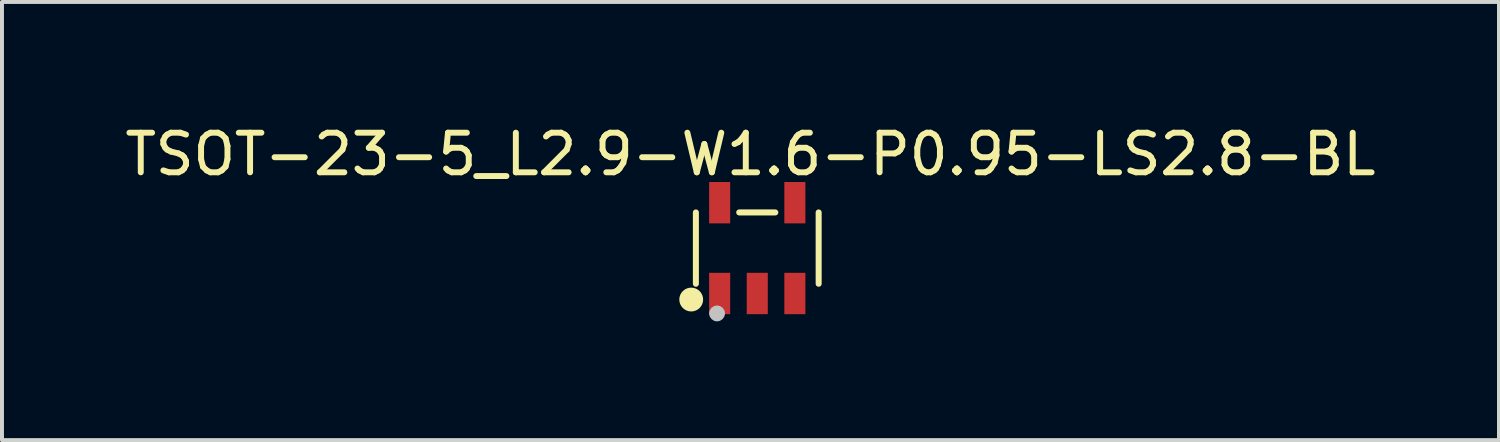
<source format=kicad_pcb>
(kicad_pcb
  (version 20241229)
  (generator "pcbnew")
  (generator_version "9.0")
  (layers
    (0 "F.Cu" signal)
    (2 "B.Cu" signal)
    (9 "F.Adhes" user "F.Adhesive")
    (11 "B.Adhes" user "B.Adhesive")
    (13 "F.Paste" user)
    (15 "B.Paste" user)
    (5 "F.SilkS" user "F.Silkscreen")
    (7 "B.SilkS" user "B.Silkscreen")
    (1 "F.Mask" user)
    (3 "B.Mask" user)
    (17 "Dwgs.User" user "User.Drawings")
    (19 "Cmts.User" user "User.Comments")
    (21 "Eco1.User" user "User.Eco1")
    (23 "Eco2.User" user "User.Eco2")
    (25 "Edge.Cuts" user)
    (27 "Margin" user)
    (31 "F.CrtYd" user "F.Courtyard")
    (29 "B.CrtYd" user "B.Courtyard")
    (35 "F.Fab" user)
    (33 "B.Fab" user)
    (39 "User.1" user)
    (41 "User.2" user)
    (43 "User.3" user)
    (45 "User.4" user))
  (footprint "TSOT-23-5_L2.9-W1.6-P0.95-LS2.8-BL"
    (layer "F.Cu")
    (at 16.082 3.218)
    (property "Reference" "TSOT-23-5_L2.9-W1.6-P0.95-LS2.8-BL" (at -0.171 -2.37 0) (layer "F.SilkS") (effects (font (size 1 1) (thickness 0.15))))
    (fp_line (start -1.551 0.901) (end -1.551 -0.901) (stroke (width 0.152) (type default)) (layer "F.SilkS"))
    (fp_line (start 0.456 -0.901) (end -0.456 -0.901) (stroke (width 0.152) (type default)) (layer "F.SilkS"))
    (fp_line (start 1.551 0.901) (end 1.551 -0.901) (stroke (width 0.152) (type default)) (layer "F.SilkS"))
    (fp_circle (center -1.669 1.3) (end -1.518 1.3) (stroke (width 0.3) (type default)) (fill no) (layer "F.SilkS"))
    (fp_circle (center -1.016 1.651) (end -0.916 1.651) (stroke (width 0.2) (type default)) (fill no) (layer "Dwgs.User"))
    (fp_poly (pts (xy -1.163 -0.96) (xy -0.738 -0.96) (xy -0.738 -0.815) (xy -1.163 -0.815)) (stroke (width 0.1) (type default)) (fill no) (layer "User.1"))
    (fp_poly (pts (xy -1.163 -0.95) (xy -0.738 -0.95) (xy -0.738 -1.4) (xy -1.163 -1.4)) (stroke (width 0.1) (type default)) (fill no) (layer "User.1"))
    (fp_poly (pts (xy -1.163 0.815) (xy -0.738 0.815) (xy -0.738 0.96) (xy -1.163 0.96)) (stroke (width 0.1) (type default)) (fill no) (layer "User.1"))
    (fp_poly (pts (xy -1.163 0.95) (xy -0.738 0.95) (xy -0.738 1.4) (xy -1.163 1.4)) (stroke (width 0.1) (type default)) (fill no) (layer "User.1"))
    (fp_poly (pts (xy -0.212 0.815) (xy 0.212 0.815) (xy 0.212 0.96) (xy -0.212 0.96)) (stroke (width 0.1) (type default)) (fill no) (layer "User.1"))
    (fp_poly (pts (xy -0.212 0.95) (xy 0.212 0.95) (xy 0.212 1.4) (xy -0.212 1.4)) (stroke (width 0.1) (type default)) (fill no) (layer "User.1"))
    (fp_poly (pts (xy 0.738 -0.96) (xy 1.163 -0.96) (xy 1.163 -0.815) (xy 0.738 -0.815)) (stroke (width 0.1) (type default)) (fill no) (layer "User.1"))
    (fp_poly (pts (xy 0.738 -0.95) (xy 1.163 -0.95) (xy 1.163 -1.4) (xy 0.738 -1.4)) (stroke (width 0.1) (type default)) (fill no) (layer "User.1"))
    (fp_poly (pts (xy 0.738 0.815) (xy 1.163 0.815) (xy 1.163 0.96) (xy 0.738 0.96)) (stroke (width 0.1) (type default)) (fill no) (layer "User.1"))
    (fp_poly (pts (xy 0.738 0.95) (xy 1.163 0.95) (xy 1.163 1.4) (xy 0.738 1.4)) (stroke (width 0.1) (type default)) (fill no) (layer "User.1"))
    (fp_line (start -1.45 -0.825) (end 1.45 -0.825) (stroke (width 0.051) (type default)) (layer "User.2"))
    (fp_line (start -1.45 0.825) (end -1.45 -0.825) (stroke (width 0.051) (type default)) (layer "User.2"))
    (fp_line (start 1.45 -0.825) (end 1.45 0.825) (stroke (width 0.051) (type default)) (layer "User.2"))
    (fp_line (start 1.45 0.825) (end -1.45 0.825) (stroke (width 0.051) (type default)) (layer "User.2"))
    (fp_poly (pts (xy -1.395 1.377) (xy -1.427 1.345) (xy -1.473 1.345) (xy -1.505 1.377) (xy -1.505 1.423) (xy -1.473 1.455) (xy -1.427 1.455) (xy -1.395 1.423)) (stroke (width 0.1) (type default)) (fill no) (layer "User.3"))
    (pad "1" smd rect (at -0.95 1.147) (size 0.532 1.045) (layers "F.Cu" "F.Mask" "F.Paste"))
    (pad "2" smd rect (at 0 1.147) (size 0.532 1.045) (layers "F.Cu" "F.Mask" "F.Paste"))
    (pad "3" smd rect (at 0.95 1.147) (size 0.532 1.045) (layers "F.Cu" "F.Mask" "F.Paste"))
    (pad "4" smd rect (at 0.95 -1.147) (size 0.532 1.045) (layers "F.Cu" "F.Mask" "F.Paste"))
    (pad "5" smd rect (at -0.95 -1.147) (size 0.532 1.045) (layers "F.Cu" "F.Mask" "F.Paste")))
  (gr_rect
    (start -3 -3)
    (end 34.821 8.069)
    (stroke (width 0.1) (type default))
    (fill no)
    (layer "Edge.Cuts")))
</source>
